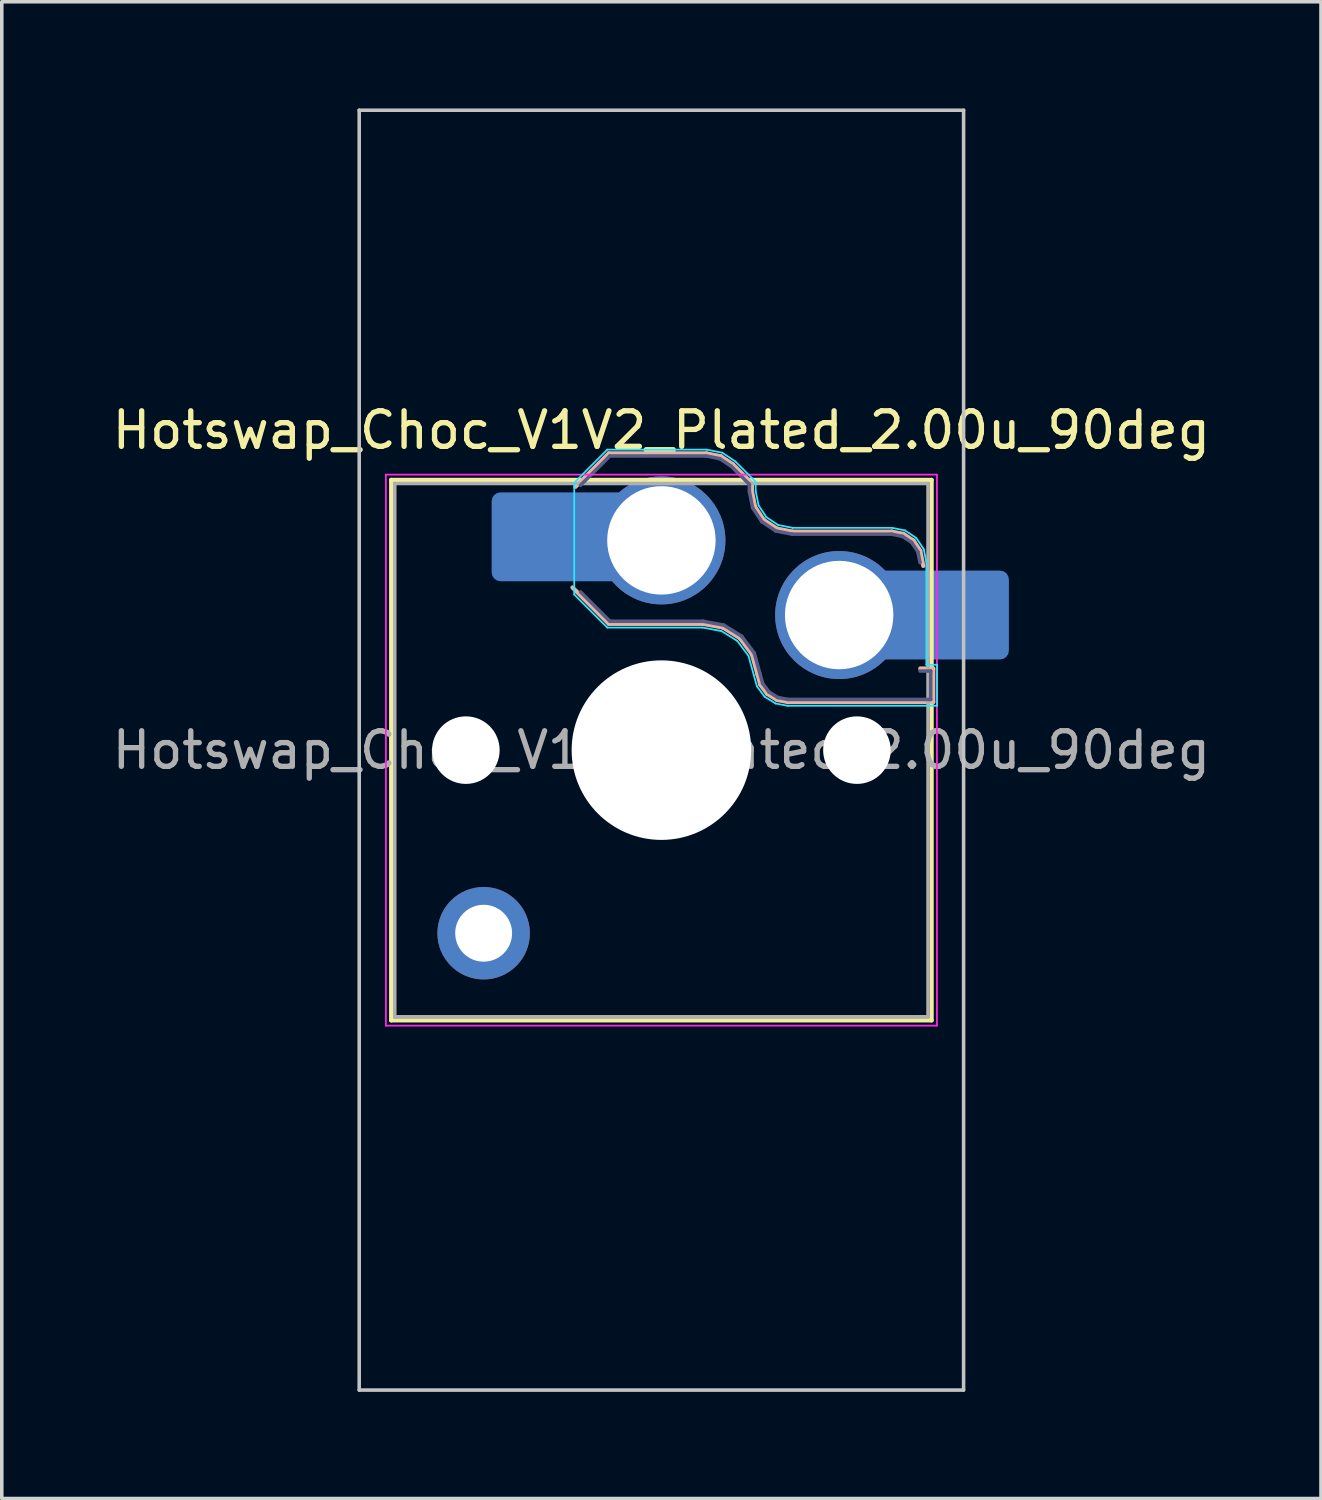
<source format=kicad_pcb>
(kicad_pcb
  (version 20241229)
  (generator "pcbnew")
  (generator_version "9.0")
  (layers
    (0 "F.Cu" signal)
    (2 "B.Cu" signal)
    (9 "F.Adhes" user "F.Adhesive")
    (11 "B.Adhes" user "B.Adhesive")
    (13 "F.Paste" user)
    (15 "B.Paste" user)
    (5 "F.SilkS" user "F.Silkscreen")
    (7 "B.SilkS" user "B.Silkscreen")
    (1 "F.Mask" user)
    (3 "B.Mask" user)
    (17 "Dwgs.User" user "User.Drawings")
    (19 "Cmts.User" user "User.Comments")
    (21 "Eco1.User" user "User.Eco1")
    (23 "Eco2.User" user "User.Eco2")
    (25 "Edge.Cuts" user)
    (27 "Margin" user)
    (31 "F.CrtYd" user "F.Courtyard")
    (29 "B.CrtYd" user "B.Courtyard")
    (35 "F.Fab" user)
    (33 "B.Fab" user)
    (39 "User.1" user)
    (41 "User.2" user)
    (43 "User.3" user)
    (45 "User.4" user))
  (footprint "Hotswap_Choc_V1V2_Plated_2.00u_90deg"
    (layer "F.Cu")
    (at 15.554 18.05)
    (property "Reference" "Hotswap_Choc_V1V2_Plated_2.00u_90deg" (at 0 -9 0) (layer "F.SilkS") (effects (font (size 1 1) (thickness 0.15))))
    (attr smd allow_soldermask_bridges)
    (fp_line (start -7.6 -7.6) (end -7.6 7.6) (stroke (width 0.12) (type solid)) (layer "F.SilkS"))
    (fp_line (start -7.6 7.6) (end 7.6 7.6) (stroke (width 0.12) (type solid)) (layer "F.SilkS"))
    (fp_line (start 7.6 -7.6) (end -7.6 -7.6) (stroke (width 0.12) (type solid)) (layer "F.SilkS"))
    (fp_line (start 7.6 7.6) (end 7.6 -7.6) (stroke (width 0.12) (type solid)) (layer "F.SilkS"))
    (fp_line (start -2.416 -7.409) (end -1.479 -8.346) (stroke (width 0.12) (type solid)) (layer "B.SilkS"))
    (fp_line (start -1.479 -8.346) (end 1.268 -8.346) (stroke (width 0.12) (type solid)) (layer "B.SilkS"))
    (fp_line (start -1.479 -3.554) (end -2.5 -4.575) (stroke (width 0.12) (type solid)) (layer "B.SilkS"))
    (fp_line (start 1.168 -3.554) (end -1.479 -3.554) (stroke (width 0.12) (type solid)) (layer "B.SilkS"))
    (fp_line (start 1.268 -8.346) (end 1.671 -8.266) (stroke (width 0.12) (type solid)) (layer "B.SilkS"))
    (fp_line (start 1.671 -8.266) (end 2.013 -8.037) (stroke (width 0.12) (type solid)) (layer "B.SilkS"))
    (fp_line (start 1.73 -3.449) (end 1.168 -3.554) (stroke (width 0.12) (type solid)) (layer "B.SilkS"))
    (fp_line (start 2.013 -8.037) (end 2.546 -7.504) (stroke (width 0.12) (type solid)) (layer "B.SilkS"))
    (fp_line (start 2.209 -3.15) (end 1.73 -3.449) (stroke (width 0.12) (type solid)) (layer "B.SilkS"))
    (fp_line (start 2.546 -7.504) (end 2.546 -7.282) (stroke (width 0.12) (type solid)) (layer "B.SilkS"))
    (fp_line (start 2.546 -7.282) (end 2.633 -6.844) (stroke (width 0.12) (type solid)) (layer "B.SilkS"))
    (fp_line (start 2.547 -2.697) (end 2.209 -3.15) (stroke (width 0.12) (type solid)) (layer "B.SilkS"))
    (fp_line (start 2.633 -6.844) (end 2.877 -6.477) (stroke (width 0.12) (type solid)) (layer "B.SilkS"))
    (fp_line (start 2.701 -2.139) (end 2.547 -2.697) (stroke (width 0.12) (type solid)) (layer "B.SilkS"))
    (fp_line (start 2.783 -1.841) (end 2.701 -2.139) (stroke (width 0.12) (type solid)) (layer "B.SilkS"))
    (fp_line (start 2.877 -6.477) (end 3.244 -6.233) (stroke (width 0.12) (type solid)) (layer "B.SilkS"))
    (fp_line (start 2.976 -1.583) (end 2.783 -1.841) (stroke (width 0.12) (type solid)) (layer "B.SilkS"))
    (fp_line (start 3.244 -6.233) (end 3.682 -6.146) (stroke (width 0.12) (type solid)) (layer "B.SilkS"))
    (fp_line (start 3.25 -1.413) (end 2.976 -1.583) (stroke (width 0.12) (type solid)) (layer "B.SilkS"))
    (fp_line (start 3.56 -1.354) (end 3.25 -1.413) (stroke (width 0.12) (type solid)) (layer "B.SilkS"))
    (fp_line (start 3.682 -6.146) (end 6.482 -6.146) (stroke (width 0.12) (type solid)) (layer "B.SilkS"))
    (fp_line (start 6.482 -6.146) (end 6.809 -6.081) (stroke (width 0.12) (type solid)) (layer "B.SilkS"))
    (fp_line (start 6.809 -6.081) (end 7.092 -5.892) (stroke (width 0.12) (type solid)) (layer "B.SilkS"))
    (fp_line (start 7.092 -5.892) (end 7.281 -5.609) (stroke (width 0.12) (type solid)) (layer "B.SilkS"))
    (fp_line (start 7.281 -5.609) (end 7.366 -5.182) (stroke (width 0.12) (type solid)) (layer "B.SilkS"))
    (fp_line (start 7.283 -2.296) (end 7.646 -2.296) (stroke (width 0.12) (type solid)) (layer "B.SilkS"))
    (fp_line (start 7.646 -2.296) (end 7.646 -1.354) (stroke (width 0.12) (type solid)) (layer "B.SilkS"))
    (fp_line (start 7.646 -1.354) (end 3.56 -1.354) (stroke (width 0.12) (type solid)) (layer "B.SilkS"))
    (fp_line (start -8.5 -18) (end 8.5 -18) (stroke (width 0.1) (type solid)) (layer "Dwgs.User"))
    (fp_line (start -8.5 18) (end -8.5 -18) (stroke (width 0.1) (type solid)) (layer "Dwgs.User"))
    (fp_line (start 8.5 -18) (end 8.5 18) (stroke (width 0.1) (type solid)) (layer "Dwgs.User"))
    (fp_line (start 8.5 18) (end -8.5 18) (stroke (width 0.1) (type solid)) (layer "Dwgs.User"))
    (fp_line (start -7.25 -7.25) (end -7.25 7.25) (stroke (width 0.1) (type solid)) (layer "Eco1.User"))
    (fp_line (start -7.25 7.25) (end 7.25 7.25) (stroke (width 0.1) (type solid)) (layer "Eco1.User"))
    (fp_line (start 7.25 -7.25) (end -7.25 -7.25) (stroke (width 0.1) (type solid)) (layer "Eco1.User"))
    (fp_line (start 7.25 7.25) (end 7.25 -7.25) (stroke (width 0.1) (type solid)) (layer "Eco1.User"))
    (fp_line (start -2.452 -7.523) (end -1.523 -8.452) (stroke (width 0.05) (type solid)) (layer "B.CrtYd"))
    (fp_line (start -2.452 -4.377) (end -2.452 -7.523) (stroke (width 0.05) (type solid)) (layer "B.CrtYd"))
    (fp_line (start -1.523 -8.452) (end 1.278 -8.452) (stroke (width 0.05) (type solid)) (layer "B.CrtYd"))
    (fp_line (start -1.523 -3.448) (end -2.452 -4.377) (stroke (width 0.05) (type solid)) (layer "B.CrtYd"))
    (fp_line (start 1.159 -3.448) (end -1.523 -3.448) (stroke (width 0.05) (type solid)) (layer "B.CrtYd"))
    (fp_line (start 1.278 -8.452) (end 1.712 -8.366) (stroke (width 0.05) (type solid)) (layer "B.CrtYd"))
    (fp_line (start 1.691 -3.348) (end 1.159 -3.448) (stroke (width 0.05) (type solid)) (layer "B.CrtYd"))
    (fp_line (start 1.712 -8.366) (end 2.081 -8.119) (stroke (width 0.05) (type solid)) (layer "B.CrtYd"))
    (fp_line (start 2.081 -8.119) (end 2.652 -7.548) (stroke (width 0.05) (type solid)) (layer "B.CrtYd"))
    (fp_line (start 2.136 -3.071) (end 1.691 -3.348) (stroke (width 0.05) (type solid)) (layer "B.CrtYd"))
    (fp_line (start 2.45 -2.65) (end 2.136 -3.071) (stroke (width 0.05) (type solid)) (layer "B.CrtYd"))
    (fp_line (start 2.599 -2.111) (end 2.45 -2.65) (stroke (width 0.05) (type solid)) (layer "B.CrtYd"))
    (fp_line (start 2.652 -7.548) (end 2.652 -7.292) (stroke (width 0.05) (type solid)) (layer "B.CrtYd"))
    (fp_line (start 2.652 -7.292) (end 2.733 -6.885) (stroke (width 0.05) (type solid)) (layer "B.CrtYd"))
    (fp_line (start 2.687 -1.794) (end 2.599 -2.111) (stroke (width 0.05) (type solid)) (layer "B.CrtYd"))
    (fp_line (start 2.733 -6.885) (end 2.953 -6.553) (stroke (width 0.05) (type solid)) (layer "B.CrtYd"))
    (fp_line (start 2.903 -1.503) (end 2.687 -1.794) (stroke (width 0.05) (type solid)) (layer "B.CrtYd"))
    (fp_line (start 2.953 -6.553) (end 3.285 -6.333) (stroke (width 0.05) (type solid)) (layer "B.CrtYd"))
    (fp_line (start 3.211 -1.312) (end 2.903 -1.503) (stroke (width 0.05) (type solid)) (layer "B.CrtYd"))
    (fp_line (start 3.285 -6.333) (end 3.692 -6.252) (stroke (width 0.05) (type solid)) (layer "B.CrtYd"))
    (fp_line (start 3.55 -1.248) (end 3.211 -1.312) (stroke (width 0.05) (type solid)) (layer "B.CrtYd"))
    (fp_line (start 3.692 -6.252) (end 6.492 -6.252) (stroke (width 0.05) (type solid)) (layer "B.CrtYd"))
    (fp_line (start 6.492 -6.252) (end 6.85 -6.181) (stroke (width 0.05) (type solid)) (layer "B.CrtYd"))
    (fp_line (start 6.85 -6.181) (end 7.168 -5.968) (stroke (width 0.05) (type solid)) (layer "B.CrtYd"))
    (fp_line (start 7.168 -5.968) (end 7.381 -5.65) (stroke (width 0.05) (type solid)) (layer "B.CrtYd"))
    (fp_line (start 7.381 -5.65) (end 7.452 -5.292) (stroke (width 0.05) (type solid)) (layer "B.CrtYd"))
    (fp_line (start 7.452 -5.292) (end 7.452 -2.402) (stroke (width 0.05) (type solid)) (layer "B.CrtYd"))
    (fp_line (start 7.452 -2.402) (end 7.752 -2.402) (stroke (width 0.05) (type solid)) (layer "B.CrtYd"))
    (fp_line (start 7.752 -2.402) (end 7.752 -1.248) (stroke (width 0.05) (type solid)) (layer "B.CrtYd"))
    (fp_line (start 7.752 -1.248) (end 3.55 -1.248) (stroke (width 0.05) (type solid)) (layer "B.CrtYd"))
    (fp_line (start -7.75 -7.75) (end -7.75 7.75) (stroke (width 0.05) (type solid)) (layer "F.CrtYd"))
    (fp_line (start -7.75 7.75) (end 7.75 7.75) (stroke (width 0.05) (type solid)) (layer "F.CrtYd"))
    (fp_line (start 7.75 -7.75) (end -7.75 -7.75) (stroke (width 0.05) (type solid)) (layer "F.CrtYd"))
    (fp_line (start 7.75 7.75) (end 7.75 -7.75) (stroke (width 0.05) (type solid)) (layer "F.CrtYd"))
    (fp_line (start -2.275 -7.45) (end -1.45 -8.275) (stroke (width 0.1) (type solid)) (layer "B.Fab"))
    (fp_line (start -1.45 -8.275) (end 1.261 -8.275) (stroke (width 0.1) (type solid)) (layer "B.Fab"))
    (fp_line (start -1.45 -3.625) (end -2.275 -4.45) (stroke (width 0.1) (type solid)) (layer "B.Fab"))
    (fp_line (start 1.175 -3.625) (end -1.45 -3.625) (stroke (width 0.1) (type solid)) (layer "B.Fab"))
    (fp_line (start 1.261 -8.275) (end 1.643 -8.199) (stroke (width 0.1) (type solid)) (layer "B.Fab"))
    (fp_line (start 1.643 -8.199) (end 1.968 -7.982) (stroke (width 0.1) (type solid)) (layer "B.Fab"))
    (fp_line (start 1.756 -3.516) (end 1.175 -3.625) (stroke (width 0.1) (type solid)) (layer "B.Fab"))
    (fp_line (start 1.968 -7.982) (end 2.475 -7.475) (stroke (width 0.1) (type solid)) (layer "B.Fab"))
    (fp_line (start 2.258 -3.203) (end 1.756 -3.516) (stroke (width 0.1) (type solid)) (layer "B.Fab"))
    (fp_line (start 2.475 -7.475) (end 2.475 -7.275) (stroke (width 0.1) (type solid)) (layer "B.Fab"))
    (fp_line (start 2.475 -7.275) (end 2.566 -6.816) (stroke (width 0.1) (type solid)) (layer "B.Fab"))
    (fp_line (start 2.566 -6.816) (end 2.826 -6.426) (stroke (width 0.1) (type solid)) (layer "B.Fab"))
    (fp_line (start 2.612 -2.729) (end 2.258 -3.203) (stroke (width 0.1) (type solid)) (layer "B.Fab"))
    (fp_line (start 2.769 -2.158) (end 2.612 -2.729) (stroke (width 0.1) (type solid)) (layer "B.Fab"))
    (fp_line (start 2.826 -6.426) (end 3.216 -6.166) (stroke (width 0.1) (type solid)) (layer "B.Fab"))
    (fp_line (start 2.848 -1.873) (end 2.769 -2.158) (stroke (width 0.1) (type solid)) (layer "B.Fab"))
    (fp_line (start 3.025 -1.636) (end 2.848 -1.873) (stroke (width 0.1) (type solid)) (layer "B.Fab"))
    (fp_line (start 3.216 -6.166) (end 3.675 -6.075) (stroke (width 0.1) (type solid)) (layer "B.Fab"))
    (fp_line (start 3.276 -1.48) (end 3.025 -1.636) (stroke (width 0.1) (type solid)) (layer "B.Fab"))
    (fp_line (start 3.567 -1.425) (end 3.276 -1.48) (stroke (width 0.1) (type solid)) (layer "B.Fab"))
    (fp_line (start 3.675 -6.075) (end 6.475 -6.075) (stroke (width 0.1) (type solid)) (layer "B.Fab"))
    (fp_line (start 6.475 -6.075) (end 6.781 -6.014) (stroke (width 0.1) (type solid)) (layer "B.Fab"))
    (fp_line (start 6.781 -6.014) (end 7.041 -5.841) (stroke (width 0.1) (type solid)) (layer "B.Fab"))
    (fp_line (start 7.041 -5.841) (end 7.214 -5.581) (stroke (width 0.1) (type solid)) (layer "B.Fab"))
    (fp_line (start 7.214 -5.581) (end 7.275 -5.275) (stroke (width 0.1) (type solid)) (layer "B.Fab"))
    (fp_line (start 7.275 -2.225) (end 7.575 -2.225) (stroke (width 0.1) (type solid)) (layer "B.Fab"))
    (fp_line (start 7.575 -2.225) (end 7.575 -1.425) (stroke (width 0.1) (type solid)) (layer "B.Fab"))
    (fp_line (start 7.575 -1.425) (end 3.567 -1.425) (stroke (width 0.1) (type solid)) (layer "B.Fab"))
    (fp_line (start -7.5 -7.5) (end -7.5 7.5) (stroke (width 0.1) (type solid)) (layer "F.Fab"))
    (fp_line (start -7.5 7.5) (end 7.5 7.5) (stroke (width 0.1) (type solid)) (layer "F.Fab"))
    (fp_line (start 7.5 -7.5) (end -7.5 -7.5) (stroke (width 0.1) (type solid)) (layer "F.Fab"))
    (fp_line (start 7.5 7.5) (end 7.5 -7.5) (stroke (width 0.1) (type solid)) (layer "F.Fab"))
    (fp_text user "${REFERENCE}" (at 0 0 0) (layer "F.Fab") (effects (font (size 1 1) (thickness 0.15))))
    (pad "" np_thru_hole circle (at -5.5 0) (size 1.9 1.9) (drill 1.9) (layers "*.Cu" "*.Mask"))
    (pad "" thru_hole circle (at -5 5.15) (size 2.6 2.6) (drill 1.6) (layers "*.Cu" "*.Mask"))
    (pad "" smd roundrect (at -3.5 -6) (size 2.55 2.5) (layers "B.Mask" "B.Paste") (roundrect_rratio 0.1))
    (pad "" np_thru_hole circle (at 0 0) (size 5.05 5.05) (drill 5.05) (layers "*.Cu" "*.Mask"))
    (pad "" np_thru_hole circle (at 5.5 0) (size 1.9 1.9) (drill 1.9) (layers "*.Cu" "*.Mask"))
    (pad "" smd roundrect (at 8.5 -3.8) (size 2.55 2.5) (layers "B.Mask" "B.Paste") (roundrect_rratio 0.1))
    (pad "1" smd roundrect (at -2.85 -6) (size 3.85 2.5) (layers "B.Cu") (roundrect_rratio 0.1))
    (pad "1" thru_hole circle (at 0 -5.9) (size 3.6 3.6) (drill 3.05) (layers "*.Cu" "*.Mask"))
    (pad "2" thru_hole circle (at 5 -3.8) (size 3.6 3.6) (drill 3.05) (layers "*.Cu" "*.Mask"))
    (pad "2" smd roundrect (at 7.85 -3.8) (size 3.85 2.5) (layers "B.Cu") (roundrect_rratio 0.1)))
  (gr_rect
    (start -3 -3)
    (end 34.107 39.1)
    (stroke (width 0.1) (type default))
    (fill no)
    (layer "Edge.Cuts")))
</source>
